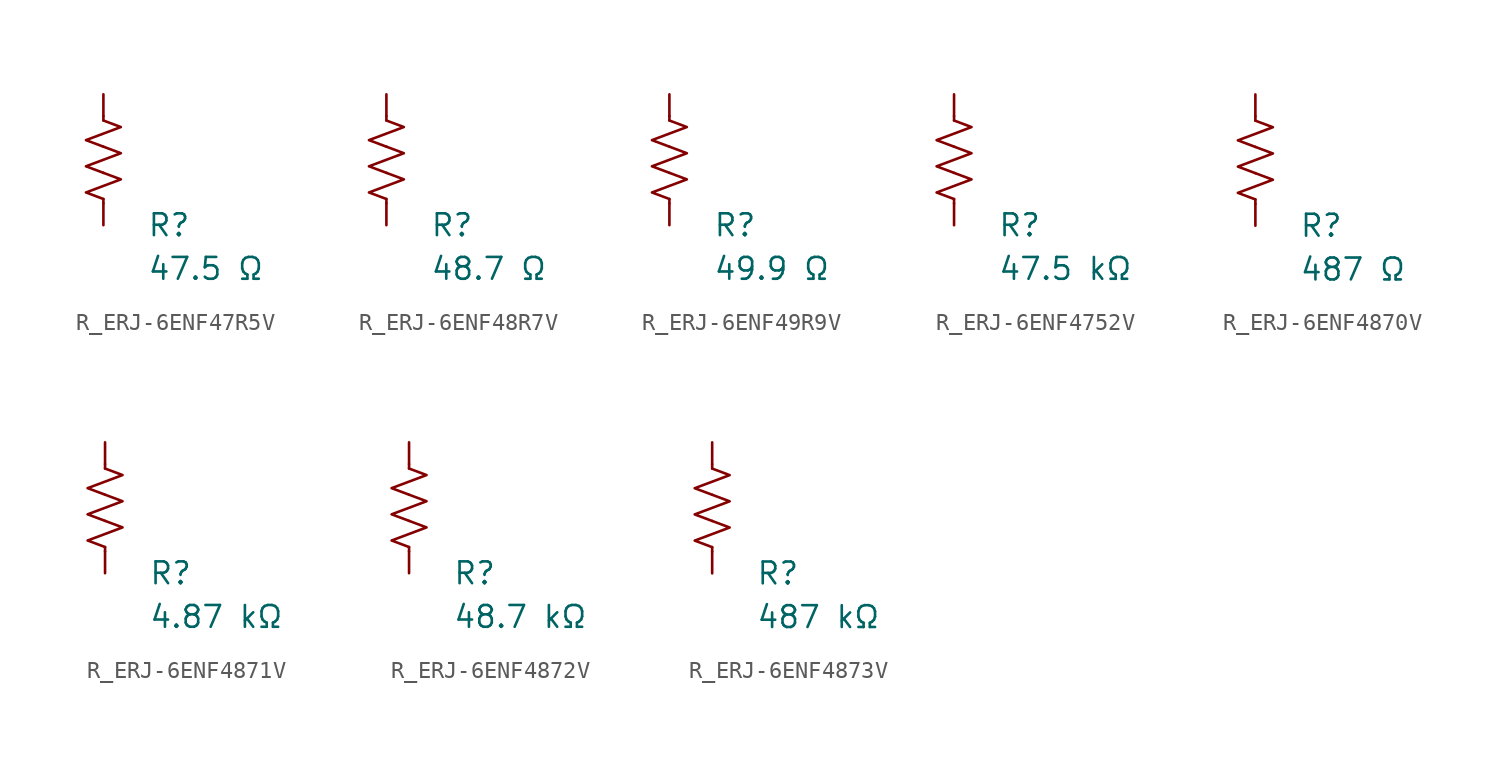
<source format=kicad_sym>
(kicad_symbol_lib
  (version 20231120)
  (generator "kicad_symbol_editor")
  (generator_version "8.0")
  (symbol "R_ERJ-6ENF47R5V"
    (pin_numbers hide)
    (pin_names
      (offset 0))
    (property "Reference" "R"
      (at 2.54 -3.81 0)
      (effects (font (size 1.27 1.27)) (justify left))
      (show_name no))
    (property "Value" "47.5 Ω"
      (at 2.54 -6.35 0)
      (effects (font (size 1.27 1.27)) (justify left))
      (show_name no))
    (symbol "R_ERJ-6ENF47R5V_0_1"
      (polyline (pts (xy 0 -2.286) (xy 0 -2.54)) (stroke (width 0) (type default)) (fill (type none)))
      (polyline (pts (xy 0 2.286) (xy 0 2.54)) (stroke (width 0) (type default)) (fill (type none)))
      (polyline (pts (xy 0 -0.762) (xy 1.016 -1.143) (xy 0 -1.524) (xy -1.016 -1.905) (xy 0 -2.286)) (stroke (width 0) (type default)) (fill (type none)))
      (polyline (pts (xy 0 0.762) (xy 1.016 0.381) (xy 0 0) (xy -1.016 -0.381) (xy 0 -0.762)) (stroke (width 0) (type default)) (fill (type none)))
      (polyline (pts (xy 0 2.286) (xy 1.016 1.905) (xy 0 1.524) (xy -1.016 1.143) (xy 0 0.762)) (stroke (width 0) (type default)) (fill (type none))))
    (symbol "R_ERJ-6ENF47R5V_1_1"
      (pin passive line (at 0 3.81 270) (length 1.27) (name "~" (effects (font (size 1.27 1.27)))) (number "1" (effects (font (size 1.27 1.27)))))
      (pin passive line (at 0 -3.81 90) (length 1.27) (name "~" (effects (font (size 1.27 1.27)))) (number "2" (effects (font (size 1.27 1.27)))))))
  (symbol "R_ERJ-6ENF48R7V"
    (pin_numbers hide)
    (pin_names
      (offset 0))
    (property "Reference" "R"
      (at 2.54 -3.81 0)
      (effects (font (size 1.27 1.27)) (justify left))
      (show_name no))
    (property "Value" "48.7 Ω"
      (at 2.54 -6.35 0)
      (effects (font (size 1.27 1.27)) (justify left))
      (show_name no))
    (symbol "R_ERJ-6ENF48R7V_0_1"
      (polyline (pts (xy 0 -2.286) (xy 0 -2.54)) (stroke (width 0) (type default)) (fill (type none)))
      (polyline (pts (xy 0 2.286) (xy 0 2.54)) (stroke (width 0) (type default)) (fill (type none)))
      (polyline (pts (xy 0 -0.762) (xy 1.016 -1.143) (xy 0 -1.524) (xy -1.016 -1.905) (xy 0 -2.286)) (stroke (width 0) (type default)) (fill (type none)))
      (polyline (pts (xy 0 0.762) (xy 1.016 0.381) (xy 0 0) (xy -1.016 -0.381) (xy 0 -0.762)) (stroke (width 0) (type default)) (fill (type none)))
      (polyline (pts (xy 0 2.286) (xy 1.016 1.905) (xy 0 1.524) (xy -1.016 1.143) (xy 0 0.762)) (stroke (width 0) (type default)) (fill (type none))))
    (symbol "R_ERJ-6ENF48R7V_1_1"
      (pin passive line (at 0 3.81 270) (length 1.27) (name "~" (effects (font (size 1.27 1.27)))) (number "1" (effects (font (size 1.27 1.27)))))
      (pin passive line (at 0 -3.81 90) (length 1.27) (name "~" (effects (font (size 1.27 1.27)))) (number "2" (effects (font (size 1.27 1.27)))))))
  (symbol "R_ERJ-6ENF49R9V"
    (pin_numbers hide)
    (pin_names
      (offset 0))
    (property "Reference" "R"
      (at 2.54 -3.81 0)
      (effects (font (size 1.27 1.27)) (justify left))
      (show_name no))
    (property "Value" "49.9 Ω"
      (at 2.54 -6.35 0)
      (effects (font (size 1.27 1.27)) (justify left))
      (show_name no))
    (symbol "R_ERJ-6ENF49R9V_0_1"
      (polyline (pts (xy 0 -2.286) (xy 0 -2.54)) (stroke (width 0) (type default)) (fill (type none)))
      (polyline (pts (xy 0 2.286) (xy 0 2.54)) (stroke (width 0) (type default)) (fill (type none)))
      (polyline (pts (xy 0 -0.762) (xy 1.016 -1.143) (xy 0 -1.524) (xy -1.016 -1.905) (xy 0 -2.286)) (stroke (width 0) (type default)) (fill (type none)))
      (polyline (pts (xy 0 0.762) (xy 1.016 0.381) (xy 0 0) (xy -1.016 -0.381) (xy 0 -0.762)) (stroke (width 0) (type default)) (fill (type none)))
      (polyline (pts (xy 0 2.286) (xy 1.016 1.905) (xy 0 1.524) (xy -1.016 1.143) (xy 0 0.762)) (stroke (width 0) (type default)) (fill (type none))))
    (symbol "R_ERJ-6ENF49R9V_1_1"
      (pin passive line (at 0 3.81 270) (length 1.27) (name "~" (effects (font (size 1.27 1.27)))) (number "1" (effects (font (size 1.27 1.27)))))
      (pin passive line (at 0 -3.81 90) (length 1.27) (name "~" (effects (font (size 1.27 1.27)))) (number "2" (effects (font (size 1.27 1.27)))))))
  (symbol "R_ERJ-6ENF4752V"
    (pin_numbers hide)
    (pin_names
      (offset 0))
    (property "Reference" "R"
      (at 2.54 -3.81 0)
      (effects (font (size 1.27 1.27)) (justify left))
      (show_name no))
    (property "Value" "47.5 kΩ"
      (at 2.54 -6.35 0)
      (effects (font (size 1.27 1.27)) (justify left))
      (show_name no))
    (symbol "R_ERJ-6ENF4752V_0_1"
      (polyline (pts (xy 0 -2.286) (xy 0 -2.54)) (stroke (width 0) (type default)) (fill (type none)))
      (polyline (pts (xy 0 2.286) (xy 0 2.54)) (stroke (width 0) (type default)) (fill (type none)))
      (polyline (pts (xy 0 -0.762) (xy 1.016 -1.143) (xy 0 -1.524) (xy -1.016 -1.905) (xy 0 -2.286)) (stroke (width 0) (type default)) (fill (type none)))
      (polyline (pts (xy 0 0.762) (xy 1.016 0.381) (xy 0 0) (xy -1.016 -0.381) (xy 0 -0.762)) (stroke (width 0) (type default)) (fill (type none)))
      (polyline (pts (xy 0 2.286) (xy 1.016 1.905) (xy 0 1.524) (xy -1.016 1.143) (xy 0 0.762)) (stroke (width 0) (type default)) (fill (type none))))
    (symbol "R_ERJ-6ENF4752V_1_1"
      (pin passive line (at 0 3.81 270) (length 1.27) (name "~" (effects (font (size 1.27 1.27)))) (number "1" (effects (font (size 1.27 1.27)))))
      (pin passive line (at 0 -3.81 90) (length 1.27) (name "~" (effects (font (size 1.27 1.27)))) (number "2" (effects (font (size 1.27 1.27)))))))
  (symbol "R_ERJ-6ENF4870V"
    (pin_numbers hide)
    (pin_names
      (offset 0))
    (property "Reference" "R"
      (at 2.54 -3.81 0)
      (effects (font (size 1.27 1.27)) (justify left))
      (show_name no))
    (property "Value" "487 Ω"
      (at 2.54 -6.35 0)
      (effects (font (size 1.27 1.27)) (justify left))
      (show_name no))
    (symbol "R_ERJ-6ENF4870V_0_1"
      (polyline (pts (xy 0 -2.286) (xy 0 -2.54)) (stroke (width 0) (type default)) (fill (type none)))
      (polyline (pts (xy 0 2.286) (xy 0 2.54)) (stroke (width 0) (type default)) (fill (type none)))
      (polyline (pts (xy 0 -0.762) (xy 1.016 -1.143) (xy 0 -1.524) (xy -1.016 -1.905) (xy 0 -2.286)) (stroke (width 0) (type default)) (fill (type none)))
      (polyline (pts (xy 0 0.762) (xy 1.016 0.381) (xy 0 0) (xy -1.016 -0.381) (xy 0 -0.762)) (stroke (width 0) (type default)) (fill (type none)))
      (polyline (pts (xy 0 2.286) (xy 1.016 1.905) (xy 0 1.524) (xy -1.016 1.143) (xy 0 0.762)) (stroke (width 0) (type default)) (fill (type none))))
    (symbol "R_ERJ-6ENF4870V_1_1"
      (pin passive line (at 0 3.81 270) (length 1.27) (name "~" (effects (font (size 1.27 1.27)))) (number "1" (effects (font (size 1.27 1.27)))))
      (pin passive line (at 0 -3.81 90) (length 1.27) (name "~" (effects (font (size 1.27 1.27)))) (number "2" (effects (font (size 1.27 1.27)))))))
  (symbol "R_ERJ-6ENF4871V"
    (pin_numbers hide)
    (pin_names
      (offset 0))
    (property "Reference" "R"
      (at 2.54 -3.81 0)
      (effects (font (size 1.27 1.27)) (justify left))
      (show_name no))
    (property "Value" "4.87 kΩ"
      (at 2.54 -6.35 0)
      (effects (font (size 1.27 1.27)) (justify left))
      (show_name no))
    (symbol "R_ERJ-6ENF4871V_0_1"
      (polyline (pts (xy 0 -2.286) (xy 0 -2.54)) (stroke (width 0) (type default)) (fill (type none)))
      (polyline (pts (xy 0 2.286) (xy 0 2.54)) (stroke (width 0) (type default)) (fill (type none)))
      (polyline (pts (xy 0 -0.762) (xy 1.016 -1.143) (xy 0 -1.524) (xy -1.016 -1.905) (xy 0 -2.286)) (stroke (width 0) (type default)) (fill (type none)))
      (polyline (pts (xy 0 0.762) (xy 1.016 0.381) (xy 0 0) (xy -1.016 -0.381) (xy 0 -0.762)) (stroke (width 0) (type default)) (fill (type none)))
      (polyline (pts (xy 0 2.286) (xy 1.016 1.905) (xy 0 1.524) (xy -1.016 1.143) (xy 0 0.762)) (stroke (width 0) (type default)) (fill (type none))))
    (symbol "R_ERJ-6ENF4871V_1_1"
      (pin passive line (at 0 3.81 270) (length 1.27) (name "~" (effects (font (size 1.27 1.27)))) (number "1" (effects (font (size 1.27 1.27)))))
      (pin passive line (at 0 -3.81 90) (length 1.27) (name "~" (effects (font (size 1.27 1.27)))) (number "2" (effects (font (size 1.27 1.27)))))))
  (symbol "R_ERJ-6ENF4872V"
    (pin_numbers hide)
    (pin_names
      (offset 0))
    (property "Reference" "R"
      (at 2.54 -3.81 0)
      (effects (font (size 1.27 1.27)) (justify left))
      (show_name no))
    (property "Value" "48.7 kΩ"
      (at 2.54 -6.35 0)
      (effects (font (size 1.27 1.27)) (justify left))
      (show_name no))
    (symbol "R_ERJ-6ENF4872V_0_1"
      (polyline (pts (xy 0 -2.286) (xy 0 -2.54)) (stroke (width 0) (type default)) (fill (type none)))
      (polyline (pts (xy 0 2.286) (xy 0 2.54)) (stroke (width 0) (type default)) (fill (type none)))
      (polyline (pts (xy 0 -0.762) (xy 1.016 -1.143) (xy 0 -1.524) (xy -1.016 -1.905) (xy 0 -2.286)) (stroke (width 0) (type default)) (fill (type none)))
      (polyline (pts (xy 0 0.762) (xy 1.016 0.381) (xy 0 0) (xy -1.016 -0.381) (xy 0 -0.762)) (stroke (width 0) (type default)) (fill (type none)))
      (polyline (pts (xy 0 2.286) (xy 1.016 1.905) (xy 0 1.524) (xy -1.016 1.143) (xy 0 0.762)) (stroke (width 0) (type default)) (fill (type none))))
    (symbol "R_ERJ-6ENF4872V_1_1"
      (pin passive line (at 0 3.81 270) (length 1.27) (name "~" (effects (font (size 1.27 1.27)))) (number "1" (effects (font (size 1.27 1.27)))))
      (pin passive line (at 0 -3.81 90) (length 1.27) (name "~" (effects (font (size 1.27 1.27)))) (number "2" (effects (font (size 1.27 1.27)))))))
  (symbol "R_ERJ-6ENF4873V"
    (pin_numbers hide)
    (pin_names
      (offset 0))
    (property "Reference" "R"
      (at 2.54 -3.81 0)
      (effects (font (size 1.27 1.27)) (justify left))
      (show_name no))
    (property "Value" "487 kΩ"
      (at 2.54 -6.35 0)
      (effects (font (size 1.27 1.27)) (justify left))
      (show_name no))
    (symbol "R_ERJ-6ENF4873V_0_1"
      (polyline (pts (xy 0 -2.286) (xy 0 -2.54)) (stroke (width 0) (type default)) (fill (type none)))
      (polyline (pts (xy 0 2.286) (xy 0 2.54)) (stroke (width 0) (type default)) (fill (type none)))
      (polyline (pts (xy 0 -0.762) (xy 1.016 -1.143) (xy 0 -1.524) (xy -1.016 -1.905) (xy 0 -2.286)) (stroke (width 0) (type default)) (fill (type none)))
      (polyline (pts (xy 0 0.762) (xy 1.016 0.381) (xy 0 0) (xy -1.016 -0.381) (xy 0 -0.762)) (stroke (width 0) (type default)) (fill (type none)))
      (polyline (pts (xy 0 2.286) (xy 1.016 1.905) (xy 0 1.524) (xy -1.016 1.143) (xy 0 0.762)) (stroke (width 0) (type default)) (fill (type none))))
    (symbol "R_ERJ-6ENF4873V_1_1"
      (pin passive line (at 0 3.81 270) (length 1.27) (name "~" (effects (font (size 1.27 1.27)))) (number "1" (effects (font (size 1.27 1.27)))))
      (pin passive line (at 0 -3.81 90) (length 1.27) (name "~" (effects (font (size 1.27 1.27)))) (number "2" (effects (font (size 1.27 1.27))))))))
</source>
